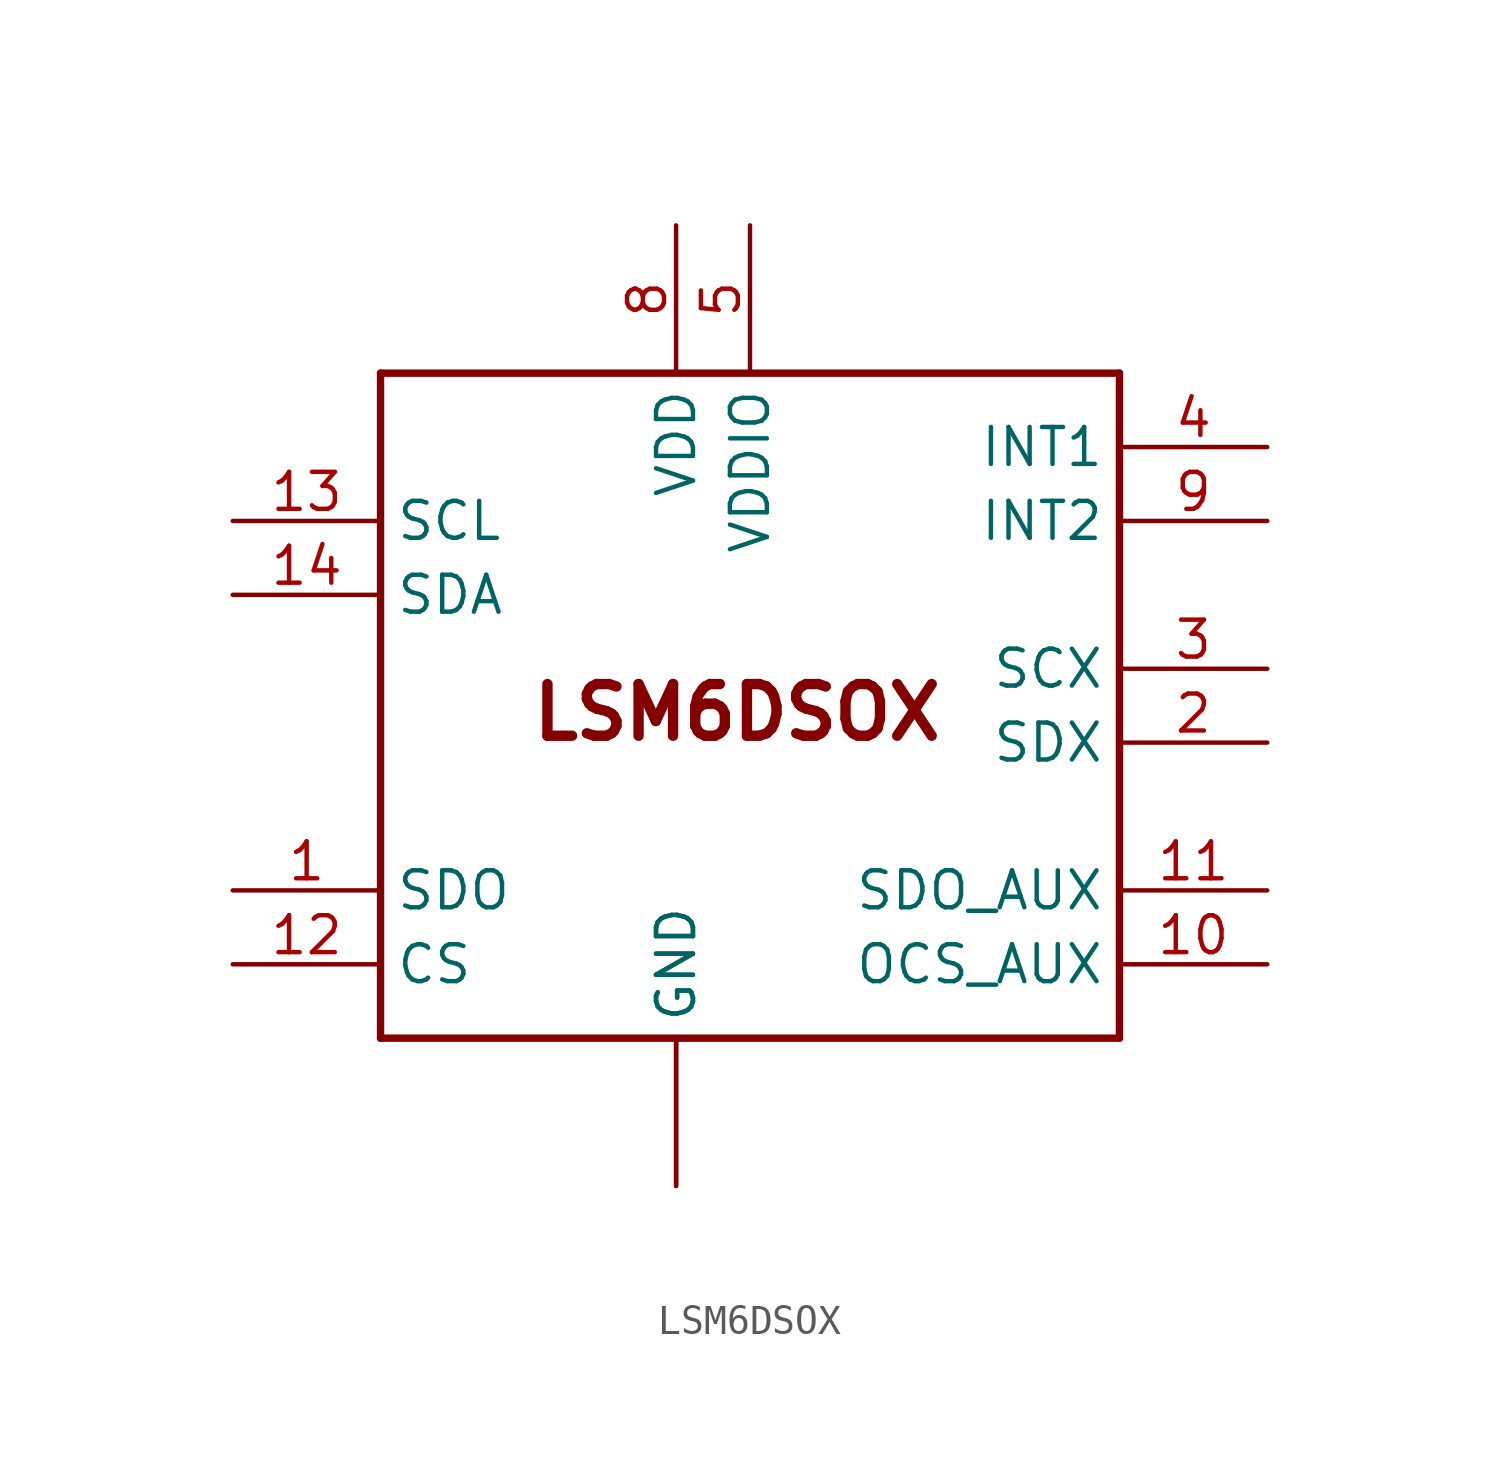
<source format=kicad_sym>
(kicad_symbol_lib
  (version 20211014)
  (generator kicad_symbol_editor)
  (symbol "LSM6DSOX"
    (property "Reference" ""
      (at 0 0 0)
      (effects (font (size 1.27 1.27)) hide))
    (property "ki_locked" ""
      (at 0 0 0)
      (effects (font (size 1.27 1.27))))
    (symbol "LSM6DSOX_1_0"
      (polyline (pts (xy -10.16 -12.7) (xy -10.16 10.16)) (stroke (width 0.254) (type default) (color 0 0 0 0)) (fill (type none)))
      (polyline (pts (xy -10.16 10.16) (xy 15.24 10.16)) (stroke (width 0.254) (type default) (color 0 0 0 0)) (fill (type none)))
      (polyline (pts (xy 15.24 -12.7) (xy -10.16 -12.7)) (stroke (width 0.254) (type default) (color 0 0 0 0)) (fill (type none)))
      (polyline (pts (xy 15.24 10.16) (xy 15.24 -12.7)) (stroke (width 0.254) (type default) (color 0 0 0 0)) (fill (type none)))
      (text "LSM6DSOX" (at -5.08 -2.54 0) (effects (font (size 1.778 1.778) (thickness 0.356) bold) (justify left bottom)))
      (pin bidirectional line (at -15.24 -7.62 0) (length 5.08) (name "SDO" (effects (font (size 1.27 1.27)))) (number "1" (effects (font (size 1.27 1.27)))))
      (pin bidirectional line (at 20.32 -10.16 180) (length 5.08) (name "OCS_AUX" (effects (font (size 1.27 1.27)))) (number "10" (effects (font (size 1.27 1.27)))))
      (pin bidirectional line (at 20.32 -7.62 180) (length 5.08) (name "SDO_AUX" (effects (font (size 1.27 1.27)))) (number "11" (effects (font (size 1.27 1.27)))))
      (pin bidirectional line (at -15.24 -10.16 0) (length 5.08) (name "CS" (effects (font (size 1.27 1.27)))) (number "12" (effects (font (size 1.27 1.27)))))
      (pin bidirectional line (at -15.24 5.08 0) (length 5.08) (name "SCL" (effects (font (size 1.27 1.27)))) (number "13" (effects (font (size 1.27 1.27)))))
      (pin bidirectional line (at -15.24 2.54 0) (length 5.08) (name "SDA" (effects (font (size 1.27 1.27)))) (number "14" (effects (font (size 1.27 1.27)))))
      (pin bidirectional line (at 20.32 -2.54 180) (length 5.08) (name "SDX" (effects (font (size 1.27 1.27)))) (number "2" (effects (font (size 1.27 1.27)))))
      (pin bidirectional line (at 20.32 0 180) (length 5.08) (name "SCX" (effects (font (size 1.27 1.27)))) (number "3" (effects (font (size 1.27 1.27)))))
      (pin bidirectional line (at 20.32 7.62 180) (length 5.08) (name "INT1" (effects (font (size 1.27 1.27)))) (number "4" (effects (font (size 1.27 1.27)))))
      (pin power_in line (at 2.54 15.24 270) (length 5.08) (name "VDDIO" (effects (font (size 1.27 1.27)))) (number "5" (effects (font (size 1.27 1.27)))))
      (pin power_in line (at 0 -17.78 90) (length 5.08) (name "GND" (effects (font (size 1.27 1.27)))) (number "6" (effects (font (size 0 0)))))
      (pin power_in line (at 0 -17.78 90) (length 5.08) (name "GND" (effects (font (size 1.27 1.27)))) (number "7" (effects (font (size 0 0)))))
      (pin power_in line (at 0 15.24 270) (length 5.08) (name "VDD" (effects (font (size 1.27 1.27)))) (number "8" (effects (font (size 1.27 1.27)))))
      (pin bidirectional line (at 20.32 5.08 180) (length 5.08) (name "INT2" (effects (font (size 1.27 1.27)))) (number "9" (effects (font (size 1.27 1.27))))))))
</source>
